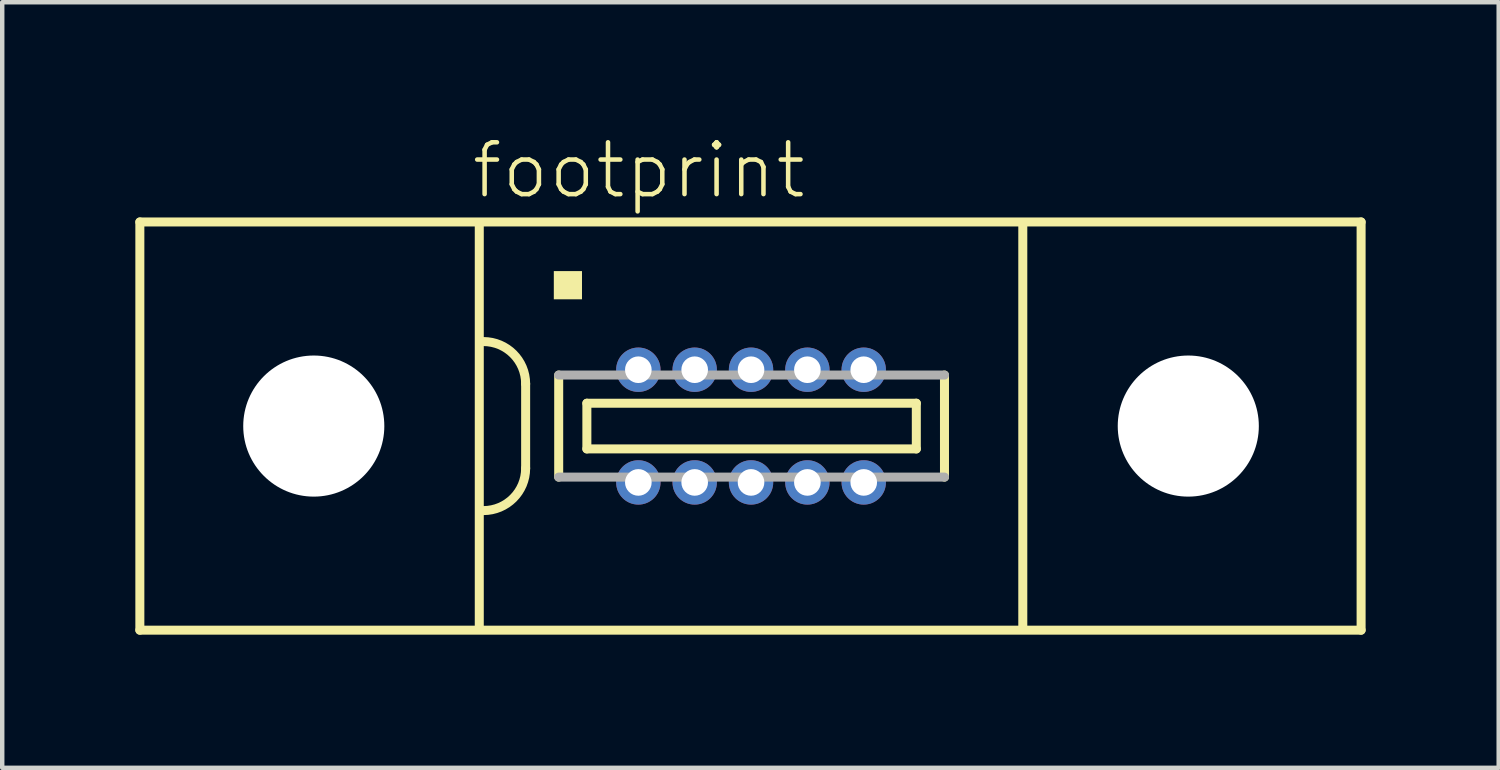
<source format=kicad_pcb>
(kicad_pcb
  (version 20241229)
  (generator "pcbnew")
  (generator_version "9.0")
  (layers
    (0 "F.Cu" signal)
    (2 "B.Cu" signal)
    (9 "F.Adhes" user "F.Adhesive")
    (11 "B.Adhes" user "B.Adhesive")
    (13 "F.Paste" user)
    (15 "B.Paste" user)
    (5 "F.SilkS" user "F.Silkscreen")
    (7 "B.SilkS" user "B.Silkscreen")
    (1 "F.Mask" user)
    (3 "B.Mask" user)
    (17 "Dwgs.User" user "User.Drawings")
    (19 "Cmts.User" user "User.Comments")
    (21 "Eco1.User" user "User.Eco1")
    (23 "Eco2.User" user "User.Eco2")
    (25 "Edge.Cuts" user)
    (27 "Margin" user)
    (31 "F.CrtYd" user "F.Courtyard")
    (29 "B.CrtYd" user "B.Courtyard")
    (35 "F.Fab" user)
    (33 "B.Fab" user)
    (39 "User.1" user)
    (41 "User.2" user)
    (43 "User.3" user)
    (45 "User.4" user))
  (footprint "footprint"
    (layer "F.Cu")
    (at 13.877 6.553)
    (property "Reference" "footprint" (at -6.35 -5.08 0) (layer "F.SilkS") (effects (font (size 1.168 1.168) (thickness 0.102)) (justify left bottom)))
    (fp_line (start -13.775 -4.6) (end -13.775 4.6) (stroke (width 0.203) (type solid)) (layer "F.SilkS"))
    (fp_line (start -13.775 4.6) (end 13.75 4.6) (stroke (width 0.203) (type solid)) (layer "F.SilkS"))
    (fp_line (start -6.125 -4.55) (end -6.125 4.55) (stroke (width 0.203) (type solid)) (layer "F.SilkS"))
    (fp_line (start -5.08 -0.953) (end -5.08 0.953) (stroke (width 0.203) (type solid)) (layer "F.SilkS"))
    (fp_line (start -4.335 -1.15) (end -4.335 1.15) (stroke (width 0.203) (type solid)) (layer "F.SilkS"))
    (fp_line (start -3.7 -0.515) (end -3.7 0.515) (stroke (width 0.203) (type solid)) (layer "F.SilkS"))
    (fp_line (start -3.7 0.515) (end 3.725 0.515) (stroke (width 0.203) (type solid)) (layer "F.SilkS"))
    (fp_line (start 3.725 -0.515) (end -3.7 -0.515) (stroke (width 0.203) (type solid)) (layer "F.SilkS"))
    (fp_line (start 3.725 0.515) (end 3.725 -0.515) (stroke (width 0.203) (type solid)) (layer "F.SilkS"))
    (fp_line (start 4.36 1.15) (end 4.36 -1.15) (stroke (width 0.203) (type solid)) (layer "F.SilkS"))
    (fp_line (start 6.125 4.55) (end 6.125 -4.55) (stroke (width 0.203) (type solid)) (layer "F.SilkS"))
    (fp_line (start 13.75 -4.6) (end -13.775 -4.6) (stroke (width 0.203) (type solid)) (layer "F.SilkS"))
    (fp_line (start 13.75 4.6) (end 13.75 -4.6) (stroke (width 0.203) (type solid)) (layer "F.SilkS"))
    (fp_arc (start -6.0325 -1.905) (mid -5.358981 -1.626019) (end -5.08 -0.9525) (stroke (width 0.2032) (type solid)) (layer "F.SilkS"))
    (fp_arc (start -5.08 0.9525) (mid -5.35901 1.625989) (end -6.032499 1.904999) (stroke (width 0.2032) (type solid)) (layer "F.SilkS"))
    (fp_poly (pts (xy -4.445 -2.857) (xy -3.81 -2.857) (xy -3.81 -3.493) (xy -4.445 -3.493)) (stroke (width 0) (type solid)) (fill yes) (layer "F.SilkS"))
    (fp_line (start -4.335 1.15) (end 4.36 1.15) (stroke (width 0.203) (type solid)) (layer "F.Fab"))
    (fp_line (start 4.36 -1.15) (end -4.335 -1.15) (stroke (width 0.203) (type solid)) (layer "F.Fab"))
    (pad "" np_thru_hole circle (at -9.855 0) (size 3.18 3.18) (drill 3.18) (layers "*.Cu" "*.Mask"))
    (pad "" np_thru_hole circle (at 9.855 0) (size 3.18 3.18) (drill 3.18) (layers "*.Cu" "*.Mask"))
    (pad "1" thru_hole circle (at -2.54 -1.27) (size 1 1) (drill 0.6) (layers "*.Cu" "*.Mask"))
    (pad "2" thru_hole circle (at -1.27 -1.27) (size 1 1) (drill 0.6) (layers "*.Cu" "*.Mask"))
    (pad "3" thru_hole circle (at 0 -1.27) (size 1 1) (drill 0.6) (layers "*.Cu" "*.Mask"))
    (pad "4" thru_hole circle (at 1.27 -1.27) (size 1 1) (drill 0.6) (layers "*.Cu" "*.Mask"))
    (pad "5" thru_hole circle (at 2.54 -1.27) (size 1 1) (drill 0.6) (layers "*.Cu" "*.Mask"))
    (pad "6" thru_hole circle (at -2.54 1.27 180) (size 1 1) (drill 0.6) (layers "*.Cu" "*.Mask"))
    (pad "7" thru_hole circle (at -1.27 1.27 180) (size 1 1) (drill 0.6) (layers "*.Cu" "*.Mask"))
    (pad "8" thru_hole circle (at 0 1.27 180) (size 1 1) (drill 0.6) (layers "*.Cu" "*.Mask"))
    (pad "9" thru_hole circle (at 1.27 1.27 180) (size 1 1) (drill 0.6) (layers "*.Cu" "*.Mask"))
    (pad "10" thru_hole circle (at 2.54 1.27 180) (size 1 1) (drill 0.6) (layers "*.Cu" "*.Mask")))
  (gr_rect
    (start -3 -3)
    (end 30.728 14.255)
    (stroke (width 0.1) (type default))
    (fill no)
    (layer "Edge.Cuts")))
</source>
